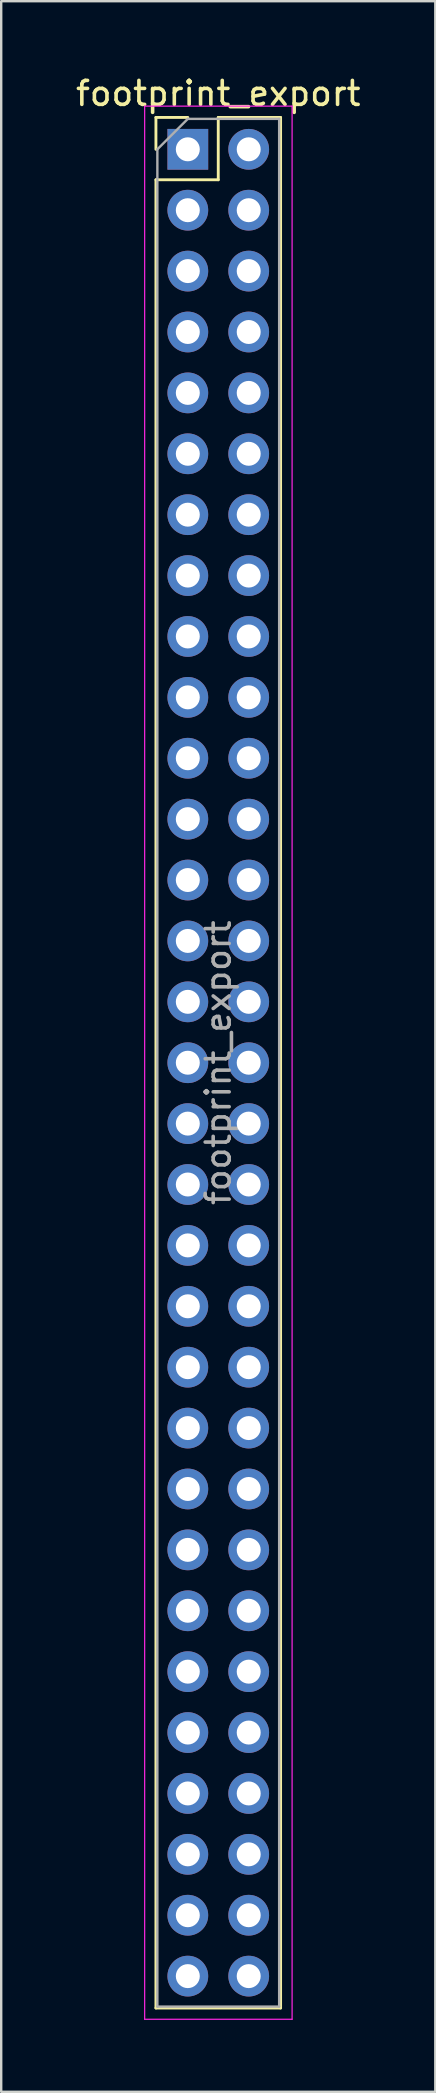
<source format=kicad_pcb>
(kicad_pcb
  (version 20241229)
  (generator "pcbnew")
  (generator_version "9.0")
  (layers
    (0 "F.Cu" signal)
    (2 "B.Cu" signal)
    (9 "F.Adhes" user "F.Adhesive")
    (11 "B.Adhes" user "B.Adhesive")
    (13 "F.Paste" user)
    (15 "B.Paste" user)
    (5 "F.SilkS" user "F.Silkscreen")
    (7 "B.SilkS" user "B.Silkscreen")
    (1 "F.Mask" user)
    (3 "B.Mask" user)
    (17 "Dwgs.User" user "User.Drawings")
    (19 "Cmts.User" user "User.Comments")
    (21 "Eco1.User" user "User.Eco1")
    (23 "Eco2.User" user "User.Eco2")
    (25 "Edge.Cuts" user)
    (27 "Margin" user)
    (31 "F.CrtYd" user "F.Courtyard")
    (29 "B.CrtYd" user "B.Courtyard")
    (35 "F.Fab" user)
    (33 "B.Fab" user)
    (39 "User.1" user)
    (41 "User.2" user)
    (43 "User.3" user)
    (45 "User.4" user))
  (footprint "footprint_export"
    (layer "F.Cu")
    (at 4.784 3.178)
    (property "Reference" "footprint_export" (at 1.27 -2.33 0) (layer "F.SilkS") (effects (font (size 1 1) (thickness 0.15))))
    (attr through_hole)
    (fp_line (start -1.33 -1.33) (end 0 -1.33) (stroke (width 0.12) (type solid)) (layer "F.SilkS"))
    (fp_line (start -1.33 0) (end -1.33 -1.33) (stroke (width 0.12) (type solid)) (layer "F.SilkS"))
    (fp_line (start -1.33 1.27) (end -1.33 77.53) (stroke (width 0.12) (type solid)) (layer "F.SilkS"))
    (fp_line (start -1.33 1.27) (end 1.27 1.27) (stroke (width 0.12) (type solid)) (layer "F.SilkS"))
    (fp_line (start -1.33 77.53) (end 3.87 77.53) (stroke (width 0.12) (type solid)) (layer "F.SilkS"))
    (fp_line (start 1.27 -1.33) (end 3.87 -1.33) (stroke (width 0.12) (type solid)) (layer "F.SilkS"))
    (fp_line (start 1.27 1.27) (end 1.27 -1.33) (stroke (width 0.12) (type solid)) (layer "F.SilkS"))
    (fp_line (start 3.87 -1.33) (end 3.87 77.53) (stroke (width 0.12) (type solid)) (layer "F.SilkS"))
    (fp_line (start -1.8 -1.8) (end -1.8 78) (stroke (width 0.05) (type solid)) (layer "F.CrtYd"))
    (fp_line (start -1.8 78) (end 4.35 78) (stroke (width 0.05) (type solid)) (layer "F.CrtYd"))
    (fp_line (start 4.35 -1.8) (end -1.8 -1.8) (stroke (width 0.05) (type solid)) (layer "F.CrtYd"))
    (fp_line (start 4.35 78) (end 4.35 -1.8) (stroke (width 0.05) (type solid)) (layer "F.CrtYd"))
    (fp_line (start -1.27 0) (end 0 -1.27) (stroke (width 0.1) (type solid)) (layer "F.Fab"))
    (fp_line (start -1.27 77.47) (end -1.27 0) (stroke (width 0.1) (type solid)) (layer "F.Fab"))
    (fp_line (start 0 -1.27) (end 3.81 -1.27) (stroke (width 0.1) (type solid)) (layer "F.Fab"))
    (fp_line (start 3.81 -1.27) (end 3.81 77.47) (stroke (width 0.1) (type solid)) (layer "F.Fab"))
    (fp_line (start 3.81 77.47) (end -1.27 77.47) (stroke (width 0.1) (type solid)) (layer "F.Fab"))
    (fp_text user "${REFERENCE}" (at 1.27 38.1 90) (layer "F.Fab") (effects (font (size 1 1) (thickness 0.15))))
    (pad "1" thru_hole rect (at 0 0) (size 1.7 1.7) (drill 1) (layers "*.Cu" "*.Mask"))
    (pad "2" thru_hole oval (at 2.54 0) (size 1.7 1.7) (drill 1) (layers "*.Cu" "*.Mask"))
    (pad "3" thru_hole oval (at 0 2.54) (size 1.7 1.7) (drill 1) (layers "*.Cu" "*.Mask"))
    (pad "4" thru_hole oval (at 2.54 2.54) (size 1.7 1.7) (drill 1) (layers "*.Cu" "*.Mask"))
    (pad "5" thru_hole oval (at 0 5.08) (size 1.7 1.7) (drill 1) (layers "*.Cu" "*.Mask"))
    (pad "6" thru_hole oval (at 2.54 5.08) (size 1.7 1.7) (drill 1) (layers "*.Cu" "*.Mask"))
    (pad "7" thru_hole oval (at 0 7.62) (size 1.7 1.7) (drill 1) (layers "*.Cu" "*.Mask"))
    (pad "8" thru_hole oval (at 2.54 7.62) (size 1.7 1.7) (drill 1) (layers "*.Cu" "*.Mask"))
    (pad "9" thru_hole oval (at 0 10.16) (size 1.7 1.7) (drill 1) (layers "*.Cu" "*.Mask"))
    (pad "10" thru_hole oval (at 2.54 10.16) (size 1.7 1.7) (drill 1) (layers "*.Cu" "*.Mask"))
    (pad "11" thru_hole oval (at 0 12.7) (size 1.7 1.7) (drill 1) (layers "*.Cu" "*.Mask"))
    (pad "12" thru_hole oval (at 2.54 12.7) (size 1.7 1.7) (drill 1) (layers "*.Cu" "*.Mask"))
    (pad "13" thru_hole oval (at 0 15.24) (size 1.7 1.7) (drill 1) (layers "*.Cu" "*.Mask"))
    (pad "14" thru_hole oval (at 2.54 15.24) (size 1.7 1.7) (drill 1) (layers "*.Cu" "*.Mask"))
    (pad "15" thru_hole oval (at 0 17.78) (size 1.7 1.7) (drill 1) (layers "*.Cu" "*.Mask"))
    (pad "16" thru_hole oval (at 2.54 17.78) (size 1.7 1.7) (drill 1) (layers "*.Cu" "*.Mask"))
    (pad "17" thru_hole oval (at 0 20.32) (size 1.7 1.7) (drill 1) (layers "*.Cu" "*.Mask"))
    (pad "18" thru_hole oval (at 2.54 20.32) (size 1.7 1.7) (drill 1) (layers "*.Cu" "*.Mask"))
    (pad "19" thru_hole oval (at 0 22.86) (size 1.7 1.7) (drill 1) (layers "*.Cu" "*.Mask"))
    (pad "20" thru_hole oval (at 2.54 22.86) (size 1.7 1.7) (drill 1) (layers "*.Cu" "*.Mask"))
    (pad "21" thru_hole oval (at 0 25.4) (size 1.7 1.7) (drill 1) (layers "*.Cu" "*.Mask"))
    (pad "22" thru_hole oval (at 2.54 25.4) (size 1.7 1.7) (drill 1) (layers "*.Cu" "*.Mask"))
    (pad "23" thru_hole oval (at 0 27.94) (size 1.7 1.7) (drill 1) (layers "*.Cu" "*.Mask"))
    (pad "24" thru_hole oval (at 2.54 27.94) (size 1.7 1.7) (drill 1) (layers "*.Cu" "*.Mask"))
    (pad "25" thru_hole oval (at 0 30.48) (size 1.7 1.7) (drill 1) (layers "*.Cu" "*.Mask"))
    (pad "26" thru_hole oval (at 2.54 30.48) (size 1.7 1.7) (drill 1) (layers "*.Cu" "*.Mask"))
    (pad "27" thru_hole oval (at 0 33.02) (size 1.7 1.7) (drill 1) (layers "*.Cu" "*.Mask"))
    (pad "28" thru_hole oval (at 2.54 33.02) (size 1.7 1.7) (drill 1) (layers "*.Cu" "*.Mask"))
    (pad "29" thru_hole oval (at 0 35.56) (size 1.7 1.7) (drill 1) (layers "*.Cu" "*.Mask"))
    (pad "30" thru_hole oval (at 2.54 35.56) (size 1.7 1.7) (drill 1) (layers "*.Cu" "*.Mask"))
    (pad "31" thru_hole oval (at 0 38.1) (size 1.7 1.7) (drill 1) (layers "*.Cu" "*.Mask"))
    (pad "32" thru_hole oval (at 2.54 38.1) (size 1.7 1.7) (drill 1) (layers "*.Cu" "*.Mask"))
    (pad "33" thru_hole oval (at 0 40.64) (size 1.7 1.7) (drill 1) (layers "*.Cu" "*.Mask"))
    (pad "34" thru_hole oval (at 2.54 40.64) (size 1.7 1.7) (drill 1) (layers "*.Cu" "*.Mask"))
    (pad "35" thru_hole oval (at 0 43.18) (size 1.7 1.7) (drill 1) (layers "*.Cu" "*.Mask"))
    (pad "36" thru_hole oval (at 2.54 43.18) (size 1.7 1.7) (drill 1) (layers "*.Cu" "*.Mask"))
    (pad "37" thru_hole oval (at 0 45.72) (size 1.7 1.7) (drill 1) (layers "*.Cu" "*.Mask"))
    (pad "38" thru_hole oval (at 2.54 45.72) (size 1.7 1.7) (drill 1) (layers "*.Cu" "*.Mask"))
    (pad "39" thru_hole oval (at 0 48.26) (size 1.7 1.7) (drill 1) (layers "*.Cu" "*.Mask"))
    (pad "40" thru_hole oval (at 2.54 48.26) (size 1.7 1.7) (drill 1) (layers "*.Cu" "*.Mask"))
    (pad "41" thru_hole oval (at 0 50.8) (size 1.7 1.7) (drill 1) (layers "*.Cu" "*.Mask"))
    (pad "42" thru_hole oval (at 2.54 50.8) (size 1.7 1.7) (drill 1) (layers "*.Cu" "*.Mask"))
    (pad "43" thru_hole oval (at 0 53.34) (size 1.7 1.7) (drill 1) (layers "*.Cu" "*.Mask"))
    (pad "44" thru_hole oval (at 2.54 53.34) (size 1.7 1.7) (drill 1) (layers "*.Cu" "*.Mask"))
    (pad "45" thru_hole oval (at 0 55.88) (size 1.7 1.7) (drill 1) (layers "*.Cu" "*.Mask"))
    (pad "46" thru_hole oval (at 2.54 55.88) (size 1.7 1.7) (drill 1) (layers "*.Cu" "*.Mask"))
    (pad "47" thru_hole oval (at 0 58.42) (size 1.7 1.7) (drill 1) (layers "*.Cu" "*.Mask"))
    (pad "48" thru_hole oval (at 2.54 58.42) (size 1.7 1.7) (drill 1) (layers "*.Cu" "*.Mask"))
    (pad "49" thru_hole oval (at 0 60.96) (size 1.7 1.7) (drill 1) (layers "*.Cu" "*.Mask"))
    (pad "50" thru_hole oval (at 2.54 60.96) (size 1.7 1.7) (drill 1) (layers "*.Cu" "*.Mask"))
    (pad "51" thru_hole oval (at 0 63.5) (size 1.7 1.7) (drill 1) (layers "*.Cu" "*.Mask"))
    (pad "52" thru_hole oval (at 2.54 63.5) (size 1.7 1.7) (drill 1) (layers "*.Cu" "*.Mask"))
    (pad "53" thru_hole oval (at 0 66.04) (size 1.7 1.7) (drill 1) (layers "*.Cu" "*.Mask"))
    (pad "54" thru_hole oval (at 2.54 66.04) (size 1.7 1.7) (drill 1) (layers "*.Cu" "*.Mask"))
    (pad "55" thru_hole oval (at 0 68.58) (size 1.7 1.7) (drill 1) (layers "*.Cu" "*.Mask"))
    (pad "56" thru_hole oval (at 2.54 68.58) (size 1.7 1.7) (drill 1) (layers "*.Cu" "*.Mask"))
    (pad "57" thru_hole oval (at 0 71.12) (size 1.7 1.7) (drill 1) (layers "*.Cu" "*.Mask"))
    (pad "58" thru_hole oval (at 2.54 71.12) (size 1.7 1.7) (drill 1) (layers "*.Cu" "*.Mask"))
    (pad "59" thru_hole oval (at 0 73.66) (size 1.7 1.7) (drill 1) (layers "*.Cu" "*.Mask"))
    (pad "60" thru_hole oval (at 2.54 73.66) (size 1.7 1.7) (drill 1) (layers "*.Cu" "*.Mask"))
    (pad "61" thru_hole oval (at 0 76.2) (size 1.7 1.7) (drill 1) (layers "*.Cu" "*.Mask"))
    (pad "62" thru_hole oval (at 2.54 76.2) (size 1.7 1.7) (drill 1) (layers "*.Cu" "*.Mask")))
  (gr_rect
    (start -3 -3)
    (end 15.107 84.203)
    (stroke (width 0.1) (type default))
    (fill no)
    (layer "Edge.Cuts")))
</source>
